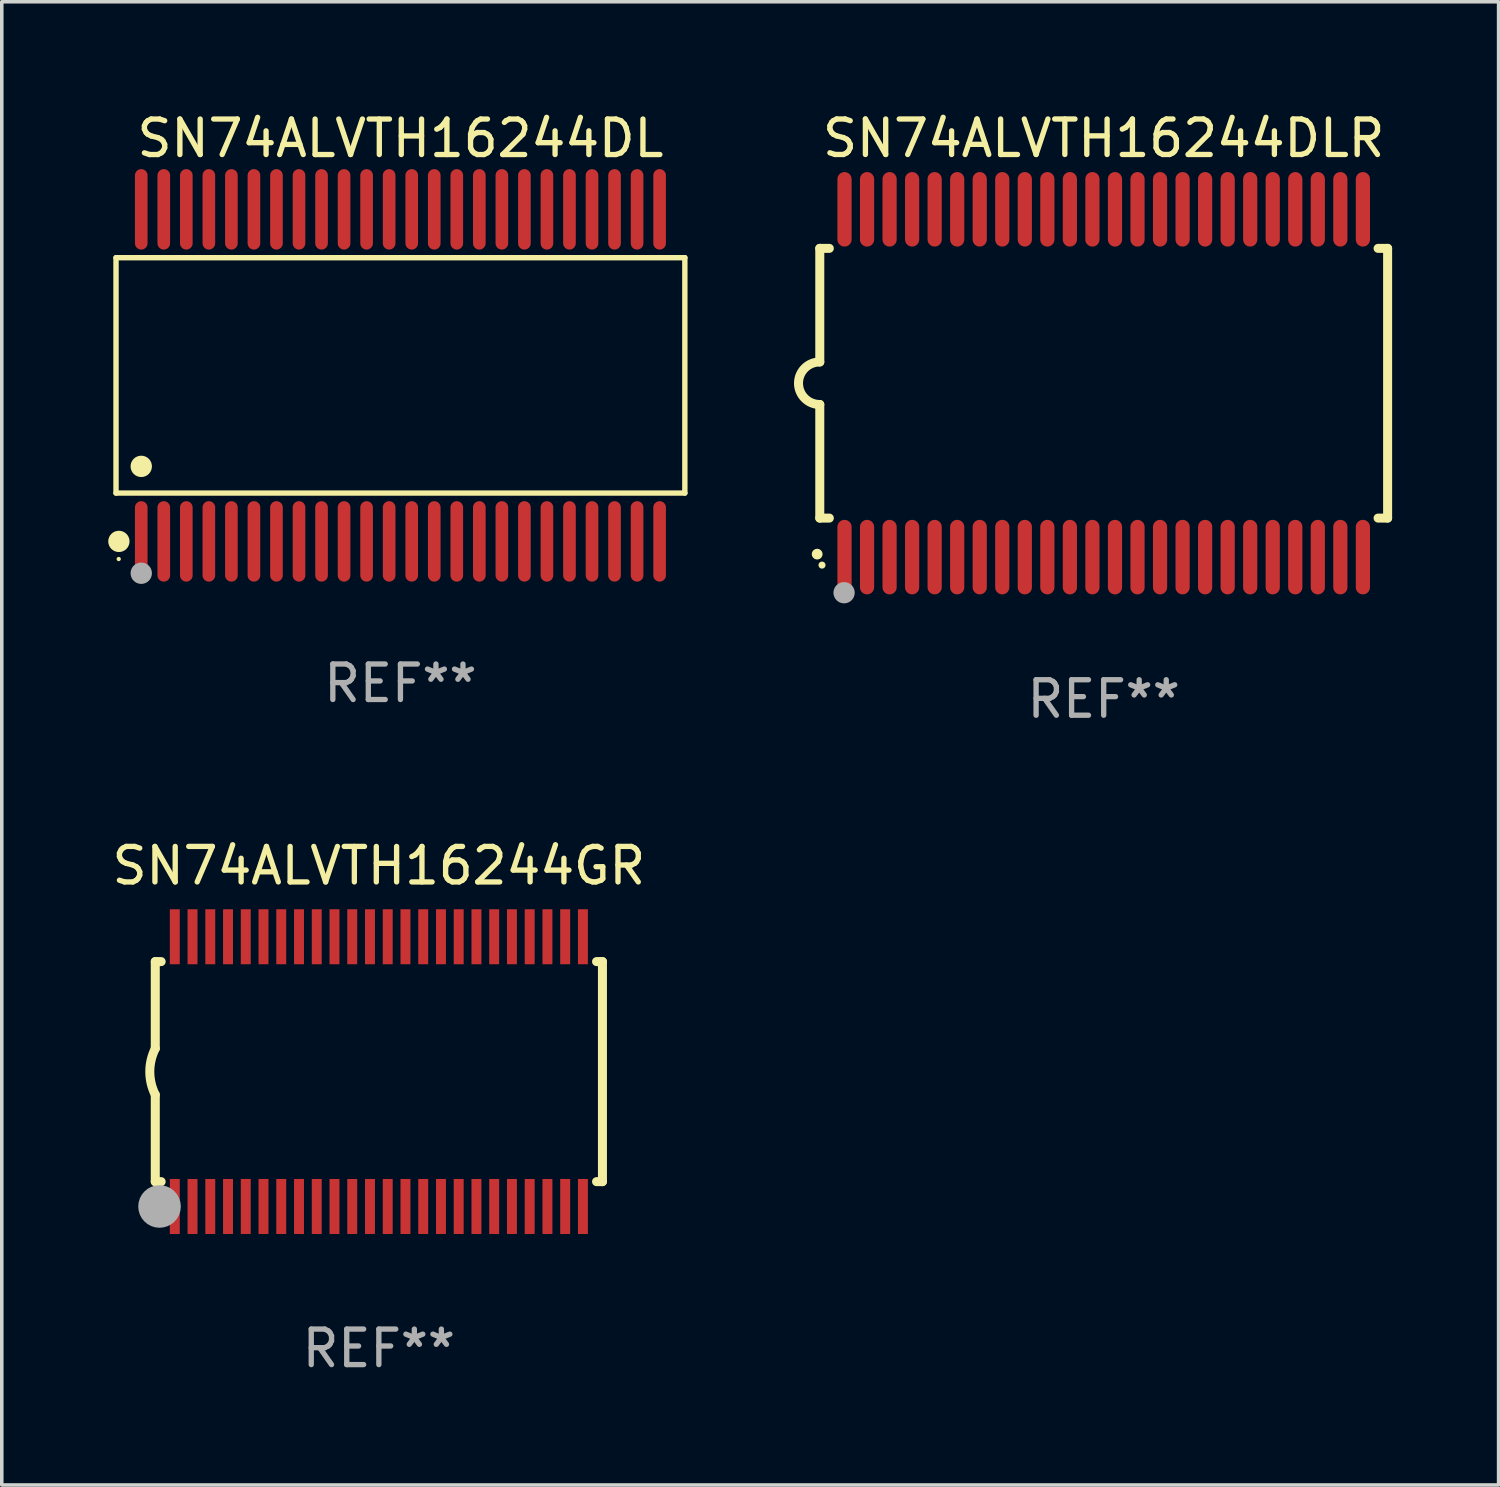
<source format=kicad_pcb>
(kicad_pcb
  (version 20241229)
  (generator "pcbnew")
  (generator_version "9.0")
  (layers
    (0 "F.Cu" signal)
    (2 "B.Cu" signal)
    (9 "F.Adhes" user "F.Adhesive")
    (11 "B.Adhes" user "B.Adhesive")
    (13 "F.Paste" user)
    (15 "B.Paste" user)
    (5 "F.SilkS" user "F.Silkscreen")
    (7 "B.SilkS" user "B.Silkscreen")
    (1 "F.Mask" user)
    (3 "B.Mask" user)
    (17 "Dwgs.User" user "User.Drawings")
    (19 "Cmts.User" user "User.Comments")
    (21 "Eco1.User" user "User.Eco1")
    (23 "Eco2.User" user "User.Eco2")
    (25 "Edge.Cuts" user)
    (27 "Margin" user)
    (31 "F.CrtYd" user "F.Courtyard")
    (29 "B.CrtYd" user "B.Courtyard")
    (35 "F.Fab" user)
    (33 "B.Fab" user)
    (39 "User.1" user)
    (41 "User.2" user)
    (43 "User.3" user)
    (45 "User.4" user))
  (footprint "SN74ALVTH16244GR"
    (layer "F.Cu")
    (at 7.625 27.145)
    (property "Reference" "SN74ALVTH16244GR" (at 0 -5.8 0) (layer "F.SilkS") (effects (font (size 1 1) (thickness 0.15))))
    (attr through_hole)
    (fp_line (start -6.3 -3.1) (end -6.3 -0.65) (stroke (width 0.254) (type solid)) (layer "F.SilkS"))
    (fp_line (start -6.3 -3.1) (end -6.134 -3.1) (stroke (width 0.254) (type solid)) (layer "F.SilkS"))
    (fp_line (start -6.3 3.1) (end -6.3 0.65) (stroke (width 0.254) (type solid)) (layer "F.SilkS"))
    (fp_line (start -6.3 3.1) (end -6.134 3.1) (stroke (width 0.254) (type solid)) (layer "F.SilkS"))
    (fp_line (start 6.134 -3.1) (end 6.3 -3.1) (stroke (width 0.254) (type solid)) (layer "F.SilkS"))
    (fp_line (start 6.134 3.1) (end 6.3 3.1) (stroke (width 0.254) (type solid)) (layer "F.SilkS"))
    (fp_line (start 6.3 -3.1) (end 6.3 3.1) (stroke (width 0.254) (type solid)) (layer "F.SilkS"))
    (fp_arc (start -6.301016 0.650114) (mid -6.45413 -0.000082) (end -6.3 -0.650038) (stroke (width 0.254001) (type solid)) (layer "F.SilkS"))
    (fp_circle (center -6.35 3.81) (end -6.223 3.81) (stroke (width 0.254) (type solid)) (fill no) (layer "F.SilkS"))
    (fp_circle (center -6.25 4.05) (end -6.22 4.05) (stroke (width 0.06) (type solid)) (fill no) (layer "F.SilkS"))
    (fp_circle (center -6.18 3.8) (end -5.88 3.8) (stroke (width 0.6) (type solid)) (fill no) (layer "F.Fab"))
    (fp_text user "REF**" (at 0 7.8 0) (layer "F.Fab") (effects (font (size 1 1) (thickness 0.15))))
    (pad "1" smd rect (at -5.75 3.8) (size 0.28 1.55) (layers "F.Cu" "F.Mask" "F.Paste"))
    (pad "2" smd rect (at -5.25 3.8) (size 0.28 1.55) (layers "F.Cu" "F.Mask" "F.Paste"))
    (pad "3" smd rect (at -4.75 3.8) (size 0.28 1.55) (layers "F.Cu" "F.Mask" "F.Paste"))
    (pad "4" smd rect (at -4.25 3.8) (size 0.28 1.55) (layers "F.Cu" "F.Mask" "F.Paste"))
    (pad "5" smd rect (at -3.75 3.8) (size 0.28 1.55) (layers "F.Cu" "F.Mask" "F.Paste"))
    (pad "6" smd rect (at -3.25 3.8) (size 0.28 1.55) (layers "F.Cu" "F.Mask" "F.Paste"))
    (pad "7" smd rect (at -2.75 3.8) (size 0.28 1.55) (layers "F.Cu" "F.Mask" "F.Paste"))
    (pad "8" smd rect (at -2.25 3.8) (size 0.28 1.55) (layers "F.Cu" "F.Mask" "F.Paste"))
    (pad "9" smd rect (at -1.75 3.8) (size 0.28 1.55) (layers "F.Cu" "F.Mask" "F.Paste"))
    (pad "10" smd rect (at -1.25 3.8) (size 0.28 1.55) (layers "F.Cu" "F.Mask" "F.Paste"))
    (pad "11" smd rect (at -0.75 3.8) (size 0.28 1.55) (layers "F.Cu" "F.Mask" "F.Paste"))
    (pad "12" smd rect (at -0.25 3.8) (size 0.28 1.55) (layers "F.Cu" "F.Mask" "F.Paste"))
    (pad "13" smd rect (at 0.25 3.8) (size 0.28 1.55) (layers "F.Cu" "F.Mask" "F.Paste"))
    (pad "14" smd rect (at 0.75 3.8) (size 0.28 1.55) (layers "F.Cu" "F.Mask" "F.Paste"))
    (pad "15" smd rect (at 1.25 3.8) (size 0.28 1.55) (layers "F.Cu" "F.Mask" "F.Paste"))
    (pad "16" smd rect (at 1.75 3.8) (size 0.28 1.55) (layers "F.Cu" "F.Mask" "F.Paste"))
    (pad "17" smd rect (at 2.25 3.8) (size 0.28 1.55) (layers "F.Cu" "F.Mask" "F.Paste"))
    (pad "18" smd rect (at 2.75 3.8) (size 0.28 1.55) (layers "F.Cu" "F.Mask" "F.Paste"))
    (pad "19" smd rect (at 3.25 3.8) (size 0.28 1.55) (layers "F.Cu" "F.Mask" "F.Paste"))
    (pad "20" smd rect (at 3.75 3.8) (size 0.28 1.55) (layers "F.Cu" "F.Mask" "F.Paste"))
    (pad "21" smd rect (at 4.25 3.8) (size 0.28 1.55) (layers "F.Cu" "F.Mask" "F.Paste"))
    (pad "22" smd rect (at 4.75 3.8) (size 0.28 1.55) (layers "F.Cu" "F.Mask" "F.Paste"))
    (pad "23" smd rect (at 5.25 3.8) (size 0.28 1.55) (layers "F.Cu" "F.Mask" "F.Paste"))
    (pad "24" smd rect (at 5.75 3.8) (size 0.28 1.55) (layers "F.Cu" "F.Mask" "F.Paste"))
    (pad "25" smd rect (at 5.75 -3.8) (size 0.28 1.55) (layers "F.Cu" "F.Mask" "F.Paste"))
    (pad "26" smd rect (at 5.25 -3.8) (size 0.28 1.55) (layers "F.Cu" "F.Mask" "F.Paste"))
    (pad "27" smd rect (at 4.75 -3.8) (size 0.28 1.55) (layers "F.Cu" "F.Mask" "F.Paste"))
    (pad "28" smd rect (at 4.25 -3.8) (size 0.28 1.55) (layers "F.Cu" "F.Mask" "F.Paste"))
    (pad "29" smd rect (at 3.75 -3.8) (size 0.28 1.55) (layers "F.Cu" "F.Mask" "F.Paste"))
    (pad "30" smd rect (at 3.25 -3.8) (size 0.28 1.55) (layers "F.Cu" "F.Mask" "F.Paste"))
    (pad "31" smd rect (at 2.75 -3.8) (size 0.28 1.55) (layers "F.Cu" "F.Mask" "F.Paste"))
    (pad "32" smd rect (at 2.25 -3.8) (size 0.28 1.55) (layers "F.Cu" "F.Mask" "F.Paste"))
    (pad "33" smd rect (at 1.75 -3.8) (size 0.28 1.55) (layers "F.Cu" "F.Mask" "F.Paste"))
    (pad "34" smd rect (at 1.25 -3.8) (size 0.28 1.55) (layers "F.Cu" "F.Mask" "F.Paste"))
    (pad "35" smd rect (at 0.75 -3.8) (size 0.28 1.55) (layers "F.Cu" "F.Mask" "F.Paste"))
    (pad "36" smd rect (at 0.25 -3.8) (size 0.28 1.55) (layers "F.Cu" "F.Mask" "F.Paste"))
    (pad "37" smd rect (at -0.25 -3.8) (size 0.28 1.55) (layers "F.Cu" "F.Mask" "F.Paste"))
    (pad "38" smd rect (at -0.75 -3.8) (size 0.28 1.55) (layers "F.Cu" "F.Mask" "F.Paste"))
    (pad "39" smd rect (at -1.25 -3.8) (size 0.28 1.55) (layers "F.Cu" "F.Mask" "F.Paste"))
    (pad "40" smd rect (at -1.75 -3.8) (size 0.28 1.55) (layers "F.Cu" "F.Mask" "F.Paste"))
    (pad "41" smd rect (at -2.25 -3.8) (size 0.28 1.55) (layers "F.Cu" "F.Mask" "F.Paste"))
    (pad "42" smd rect (at -2.75 -3.8) (size 0.28 1.55) (layers "F.Cu" "F.Mask" "F.Paste"))
    (pad "43" smd rect (at -3.25 -3.8) (size 0.28 1.55) (layers "F.Cu" "F.Mask" "F.Paste"))
    (pad "44" smd rect (at -3.75 -3.8) (size 0.28 1.55) (layers "F.Cu" "F.Mask" "F.Paste"))
    (pad "45" smd rect (at -4.25 -3.8) (size 0.28 1.55) (layers "F.Cu" "F.Mask" "F.Paste"))
    (pad "46" smd rect (at -4.75 -3.8) (size 0.28 1.55) (layers "F.Cu" "F.Mask" "F.Paste"))
    (pad "47" smd rect (at -5.25 -3.8) (size 0.28 1.55) (layers "F.Cu" "F.Mask" "F.Paste"))
    (pad "48" smd rect (at -5.75 -3.8) (size 0.28 1.55) (layers "F.Cu" "F.Mask" "F.Paste")))
  (footprint "SN74ALVTH16244DL"
    (layer "F.Cu")
    (at 8.233 7.527)
    (property "Reference" "SN74ALVTH16244DL" (at 0 -6.678 0) (layer "F.SilkS") (effects (font (size 1 1) (thickness 0.15))))
    (attr through_hole)
    (fp_line (start -8.014 -3.316) (end 8.014 -3.316) (stroke (width 0.152) (type solid)) (layer "F.SilkS"))
    (fp_line (start -8.014 3.316) (end -8.014 -3.316) (stroke (width 0.152) (type solid)) (layer "F.SilkS"))
    (fp_line (start 8.014 -3.316) (end 8.014 3.316) (stroke (width 0.152) (type solid)) (layer "F.SilkS"))
    (fp_line (start 8.014 3.316) (end -8.014 3.316) (stroke (width 0.152) (type solid)) (layer "F.SilkS"))
    (fp_circle (center -7.938 5.175) (end -7.908 5.175) (stroke (width 0.06) (type solid)) (fill no) (layer "F.SilkS"))
    (fp_circle (center -7.933 4.678) (end -7.783 4.678) (stroke (width 0.3) (type solid)) (fill no) (layer "F.SilkS"))
    (fp_circle (center -7.303 2.564) (end -7.152 2.564) (stroke (width 0.3) (type solid)) (fill no) (layer "F.SilkS"))
    (fp_circle (center -7.303 5.575) (end -7.152 5.575) (stroke (width 0.3) (type solid)) (fill no) (layer "F.Fab"))
    (fp_text user "REF**" (at 0 8.678 0) (layer "F.Fab") (effects (font (size 1 1) (thickness 0.15))))
    (pad "1" smd oval (at -7.303 4.678) (size 0.356 2.267) (layers "F.Cu" "F.Mask" "F.Paste"))
    (pad "2" smd oval (at -6.668 4.678) (size 0.356 2.267) (layers "F.Cu" "F.Mask" "F.Paste"))
    (pad "3" smd oval (at -6.033 4.678) (size 0.356 2.267) (layers "F.Cu" "F.Mask" "F.Paste"))
    (pad "4" smd oval (at -5.398 4.678) (size 0.356 2.267) (layers "F.Cu" "F.Mask" "F.Paste"))
    (pad "5" smd oval (at -4.763 4.678) (size 0.356 2.267) (layers "F.Cu" "F.Mask" "F.Paste"))
    (pad "6" smd oval (at -4.128 4.678) (size 0.356 2.267) (layers "F.Cu" "F.Mask" "F.Paste"))
    (pad "7" smd oval (at -3.493 4.678) (size 0.356 2.267) (layers "F.Cu" "F.Mask" "F.Paste"))
    (pad "8" smd oval (at -2.858 4.678) (size 0.356 2.267) (layers "F.Cu" "F.Mask" "F.Paste"))
    (pad "9" smd oval (at -2.223 4.678) (size 0.356 2.267) (layers "F.Cu" "F.Mask" "F.Paste"))
    (pad "10" smd oval (at -1.588 4.678) (size 0.356 2.267) (layers "F.Cu" "F.Mask" "F.Paste"))
    (pad "11" smd oval (at -0.953 4.678) (size 0.356 2.267) (layers "F.Cu" "F.Mask" "F.Paste"))
    (pad "12" smd oval (at -0.318 4.678) (size 0.356 2.267) (layers "F.Cu" "F.Mask" "F.Paste"))
    (pad "13" smd oval (at 0.318 4.678) (size 0.356 2.267) (layers "F.Cu" "F.Mask" "F.Paste"))
    (pad "14" smd oval (at 0.953 4.678) (size 0.356 2.267) (layers "F.Cu" "F.Mask" "F.Paste"))
    (pad "15" smd oval (at 1.588 4.678) (size 0.356 2.267) (layers "F.Cu" "F.Mask" "F.Paste"))
    (pad "16" smd oval (at 2.223 4.678) (size 0.356 2.267) (layers "F.Cu" "F.Mask" "F.Paste"))
    (pad "17" smd oval (at 2.858 4.678) (size 0.356 2.267) (layers "F.Cu" "F.Mask" "F.Paste"))
    (pad "18" smd oval (at 3.493 4.678) (size 0.356 2.267) (layers "F.Cu" "F.Mask" "F.Paste"))
    (pad "19" smd oval (at 4.128 4.678) (size 0.356 2.267) (layers "F.Cu" "F.Mask" "F.Paste"))
    (pad "20" smd oval (at 4.763 4.678) (size 0.356 2.267) (layers "F.Cu" "F.Mask" "F.Paste"))
    (pad "21" smd oval (at 5.398 4.678) (size 0.356 2.267) (layers "F.Cu" "F.Mask" "F.Paste"))
    (pad "22" smd oval (at 6.033 4.678) (size 0.356 2.267) (layers "F.Cu" "F.Mask" "F.Paste"))
    (pad "23" smd oval (at 6.668 4.678) (size 0.356 2.267) (layers "F.Cu" "F.Mask" "F.Paste"))
    (pad "24" smd oval (at 7.303 4.678) (size 0.356 2.267) (layers "F.Cu" "F.Mask" "F.Paste"))
    (pad "25" smd oval (at 7.303 -4.678) (size 0.356 2.267) (layers "F.Cu" "F.Mask" "F.Paste"))
    (pad "26" smd oval (at 6.668 -4.678) (size 0.356 2.267) (layers "F.Cu" "F.Mask" "F.Paste"))
    (pad "27" smd oval (at 6.033 -4.678) (size 0.356 2.267) (layers "F.Cu" "F.Mask" "F.Paste"))
    (pad "28" smd oval (at 5.398 -4.678) (size 0.356 2.267) (layers "F.Cu" "F.Mask" "F.Paste"))
    (pad "29" smd oval (at 4.763 -4.678) (size 0.356 2.267) (layers "F.Cu" "F.Mask" "F.Paste"))
    (pad "30" smd oval (at 4.128 -4.678) (size 0.356 2.267) (layers "F.Cu" "F.Mask" "F.Paste"))
    (pad "31" smd oval (at 3.493 -4.678) (size 0.356 2.267) (layers "F.Cu" "F.Mask" "F.Paste"))
    (pad "32" smd oval (at 2.858 -4.678) (size 0.356 2.267) (layers "F.Cu" "F.Mask" "F.Paste"))
    (pad "33" smd oval (at 2.223 -4.678) (size 0.356 2.267) (layers "F.Cu" "F.Mask" "F.Paste"))
    (pad "34" smd oval (at 1.588 -4.678) (size 0.356 2.267) (layers "F.Cu" "F.Mask" "F.Paste"))
    (pad "35" smd oval (at 0.953 -4.678) (size 0.356 2.267) (layers "F.Cu" "F.Mask" "F.Paste"))
    (pad "36" smd oval (at 0.318 -4.678) (size 0.356 2.267) (layers "F.Cu" "F.Mask" "F.Paste"))
    (pad "37" smd oval (at -0.318 -4.678) (size 0.356 2.267) (layers "F.Cu" "F.Mask" "F.Paste"))
    (pad "38" smd oval (at -0.953 -4.678) (size 0.356 2.267) (layers "F.Cu" "F.Mask" "F.Paste"))
    (pad "39" smd oval (at -1.588 -4.678) (size 0.356 2.267) (layers "F.Cu" "F.Mask" "F.Paste"))
    (pad "40" smd oval (at -2.223 -4.678) (size 0.356 2.267) (layers "F.Cu" "F.Mask" "F.Paste"))
    (pad "41" smd oval (at -2.858 -4.678) (size 0.356 2.267) (layers "F.Cu" "F.Mask" "F.Paste"))
    (pad "42" smd oval (at -3.493 -4.678) (size 0.356 2.267) (layers "F.Cu" "F.Mask" "F.Paste"))
    (pad "43" smd oval (at -4.128 -4.678) (size 0.356 2.267) (layers "F.Cu" "F.Mask" "F.Paste"))
    (pad "44" smd oval (at -4.763 -4.678) (size 0.356 2.267) (layers "F.Cu" "F.Mask" "F.Paste"))
    (pad "45" smd oval (at -5.398 -4.678) (size 0.356 2.267) (layers "F.Cu" "F.Mask" "F.Paste"))
    (pad "46" smd oval (at -6.033 -4.678) (size 0.356 2.267) (layers "F.Cu" "F.Mask" "F.Paste"))
    (pad "47" smd oval (at -6.668 -4.678) (size 0.356 2.267) (layers "F.Cu" "F.Mask" "F.Paste"))
    (pad "48" smd oval (at -7.303 -4.678) (size 0.356 2.267) (layers "F.Cu" "F.Mask" "F.Paste")))
  (footprint "SN74ALVTH16244DLR"
    (layer "F.Cu")
    (at 28.049 7.748)
    (property "Reference" "SN74ALVTH16244DLR" (at 0 -6.9 0) (layer "F.SilkS") (effects (font (size 1 1) (thickness 0.15))))
    (attr through_hole)
    (fp_line (start -8 -3.8) (end -8 -0.599) (stroke (width 0.254) (type solid)) (layer "F.SilkS"))
    (fp_line (start -8 -3.8) (end -7.731 -3.8) (stroke (width 0.254) (type solid)) (layer "F.SilkS"))
    (fp_line (start -8 3.8) (end -8 0.599) (stroke (width 0.254) (type solid)) (layer "F.SilkS"))
    (fp_line (start -7.731 3.8) (end -8 3.8) (stroke (width 0.254) (type solid)) (layer "F.SilkS"))
    (fp_line (start 7.731 -3.8) (end 8 -3.8) (stroke (width 0.254) (type solid)) (layer "F.SilkS"))
    (fp_line (start 8 -3.8) (end 8 3.8) (stroke (width 0.254) (type solid)) (layer "F.SilkS"))
    (fp_line (start 8 3.8) (end 7.731 3.8) (stroke (width 0.254) (type solid)) (layer "F.SilkS"))
    (fp_arc (start -8.074676 4.81585) (mid -8.073406 4.815845) (end -8.072136 4.81585) (stroke (width 0.3) (type solid)) (layer "F.SilkS"))
    (fp_arc (start -8.000025 0.6) (mid -8.598908 0.00056) (end -8.000027 -0.598882) (stroke (width 0.254001) (type solid)) (layer "F.SilkS"))
    (fp_circle (center -7.937 5.125) (end -7.887 5.125) (stroke (width 0.1) (type solid)) (fill no) (layer "F.SilkS"))
    (fp_circle (center -7.315 5.903) (end -7.165 5.903) (stroke (width 0.3) (type solid)) (fill no) (layer "F.Fab"))
    (fp_text user "REF**" (at 0 8.9 0) (layer "F.Fab") (effects (font (size 1 1) (thickness 0.15))))
    (pad "1" smd oval (at -7.303 4.9) (size 0.4 2.1) (layers "F.Cu" "F.Mask" "F.Paste"))
    (pad "2" smd oval (at -6.668 4.9) (size 0.4 2.1) (layers "F.Cu" "F.Mask" "F.Paste"))
    (pad "3" smd oval (at -6.033 4.9) (size 0.4 2.1) (layers "F.Cu" "F.Mask" "F.Paste"))
    (pad "4" smd oval (at -5.398 4.9) (size 0.4 2.1) (layers "F.Cu" "F.Mask" "F.Paste"))
    (pad "5" smd oval (at -4.763 4.9) (size 0.4 2.1) (layers "F.Cu" "F.Mask" "F.Paste"))
    (pad "6" smd oval (at -4.128 4.9) (size 0.4 2.1) (layers "F.Cu" "F.Mask" "F.Paste"))
    (pad "7" smd oval (at -3.493 4.9) (size 0.4 2.1) (layers "F.Cu" "F.Mask" "F.Paste"))
    (pad "8" smd oval (at -2.858 4.9) (size 0.4 2.1) (layers "F.Cu" "F.Mask" "F.Paste"))
    (pad "9" smd oval (at -2.223 4.9) (size 0.4 2.1) (layers "F.Cu" "F.Mask" "F.Paste"))
    (pad "10" smd oval (at -1.588 4.9) (size 0.4 2.1) (layers "F.Cu" "F.Mask" "F.Paste"))
    (pad "11" smd oval (at -0.953 4.9) (size 0.4 2.1) (layers "F.Cu" "F.Mask" "F.Paste"))
    (pad "12" smd oval (at -0.318 4.9) (size 0.4 2.1) (layers "F.Cu" "F.Mask" "F.Paste"))
    (pad "13" smd oval (at 0.318 4.9) (size 0.4 2.1) (layers "F.Cu" "F.Mask" "F.Paste"))
    (pad "14" smd oval (at 0.953 4.9) (size 0.4 2.1) (layers "F.Cu" "F.Mask" "F.Paste"))
    (pad "15" smd oval (at 1.588 4.9) (size 0.4 2.1) (layers "F.Cu" "F.Mask" "F.Paste"))
    (pad "16" smd oval (at 2.223 4.9) (size 0.4 2.1) (layers "F.Cu" "F.Mask" "F.Paste"))
    (pad "17" smd oval (at 2.858 4.9) (size 0.4 2.1) (layers "F.Cu" "F.Mask" "F.Paste"))
    (pad "18" smd oval (at 3.493 4.9) (size 0.4 2.1) (layers "F.Cu" "F.Mask" "F.Paste"))
    (pad "19" smd oval (at 4.128 4.9) (size 0.4 2.1) (layers "F.Cu" "F.Mask" "F.Paste"))
    (pad "20" smd oval (at 4.763 4.9) (size 0.4 2.1) (layers "F.Cu" "F.Mask" "F.Paste"))
    (pad "21" smd oval (at 5.398 4.9) (size 0.4 2.1) (layers "F.Cu" "F.Mask" "F.Paste"))
    (pad "22" smd oval (at 6.033 4.9) (size 0.4 2.1) (layers "F.Cu" "F.Mask" "F.Paste"))
    (pad "23" smd oval (at 6.668 4.9) (size 0.4 2.1) (layers "F.Cu" "F.Mask" "F.Paste"))
    (pad "24" smd oval (at 7.303 4.9) (size 0.4 2.1) (layers "F.Cu" "F.Mask" "F.Paste"))
    (pad "25" smd oval (at 7.303 -4.9 180) (size 0.4 2.1) (layers "F.Cu" "F.Mask" "F.Paste"))
    (pad "26" smd oval (at 6.668 -4.9 180) (size 0.4 2.1) (layers "F.Cu" "F.Mask" "F.Paste"))
    (pad "27" smd oval (at 6.033 -4.9 180) (size 0.4 2.1) (layers "F.Cu" "F.Mask" "F.Paste"))
    (pad "28" smd oval (at 5.398 -4.9 180) (size 0.4 2.1) (layers "F.Cu" "F.Mask" "F.Paste"))
    (pad "29" smd oval (at 4.763 -4.9 180) (size 0.4 2.1) (layers "F.Cu" "F.Mask" "F.Paste"))
    (pad "30" smd oval (at 4.128 -4.9 180) (size 0.4 2.1) (layers "F.Cu" "F.Mask" "F.Paste"))
    (pad "31" smd oval (at 3.493 -4.9 180) (size 0.4 2.1) (layers "F.Cu" "F.Mask" "F.Paste"))
    (pad "32" smd oval (at 2.858 -4.9 180) (size 0.4 2.1) (layers "F.Cu" "F.Mask" "F.Paste"))
    (pad "33" smd oval (at 2.223 -4.9 180) (size 0.4 2.1) (layers "F.Cu" "F.Mask" "F.Paste"))
    (pad "34" smd oval (at 1.588 -4.9 180) (size 0.4 2.1) (layers "F.Cu" "F.Mask" "F.Paste"))
    (pad "35" smd oval (at 0.953 -4.9 180) (size 0.4 2.1) (layers "F.Cu" "F.Mask" "F.Paste"))
    (pad "36" smd oval (at 0.318 -4.9 180) (size 0.4 2.1) (layers "F.Cu" "F.Mask" "F.Paste"))
    (pad "37" smd oval (at -0.318 -4.9 180) (size 0.4 2.1) (layers "F.Cu" "F.Mask" "F.Paste"))
    (pad "38" smd oval (at -0.953 -4.9 180) (size 0.4 2.1) (layers "F.Cu" "F.Mask" "F.Paste"))
    (pad "39" smd oval (at -1.588 -4.9 180) (size 0.4 2.1) (layers "F.Cu" "F.Mask" "F.Paste"))
    (pad "40" smd oval (at -2.223 -4.9 180) (size 0.4 2.1) (layers "F.Cu" "F.Mask" "F.Paste"))
    (pad "41" smd oval (at -2.858 -4.9 180) (size 0.4 2.1) (layers "F.Cu" "F.Mask" "F.Paste"))
    (pad "42" smd oval (at -3.493 -4.9 180) (size 0.4 2.1) (layers "F.Cu" "F.Mask" "F.Paste"))
    (pad "43" smd oval (at -4.128 -4.9 180) (size 0.4 2.1) (layers "F.Cu" "F.Mask" "F.Paste"))
    (pad "44" smd oval (at -4.763 -4.9 180) (size 0.4 2.1) (layers "F.Cu" "F.Mask" "F.Paste"))
    (pad "45" smd oval (at -5.398 -4.9 180) (size 0.4 2.1) (layers "F.Cu" "F.Mask" "F.Paste"))
    (pad "46" smd oval (at -6.033 -4.9 180) (size 0.4 2.1) (layers "F.Cu" "F.Mask" "F.Paste"))
    (pad "47" smd oval (at -6.668 -4.9 180) (size 0.4 2.1) (layers "F.Cu" "F.Mask" "F.Paste"))
    (pad "48" smd oval (at -7.303 -4.9 180) (size 0.4 2.1) (layers "F.Cu" "F.Mask" "F.Paste")))
  (gr_rect
    (start -3 -3)
    (end 39.176 38.793)
    (stroke (width 0.1) (type default))
    (fill no)
    (layer "Edge.Cuts")))
</source>
